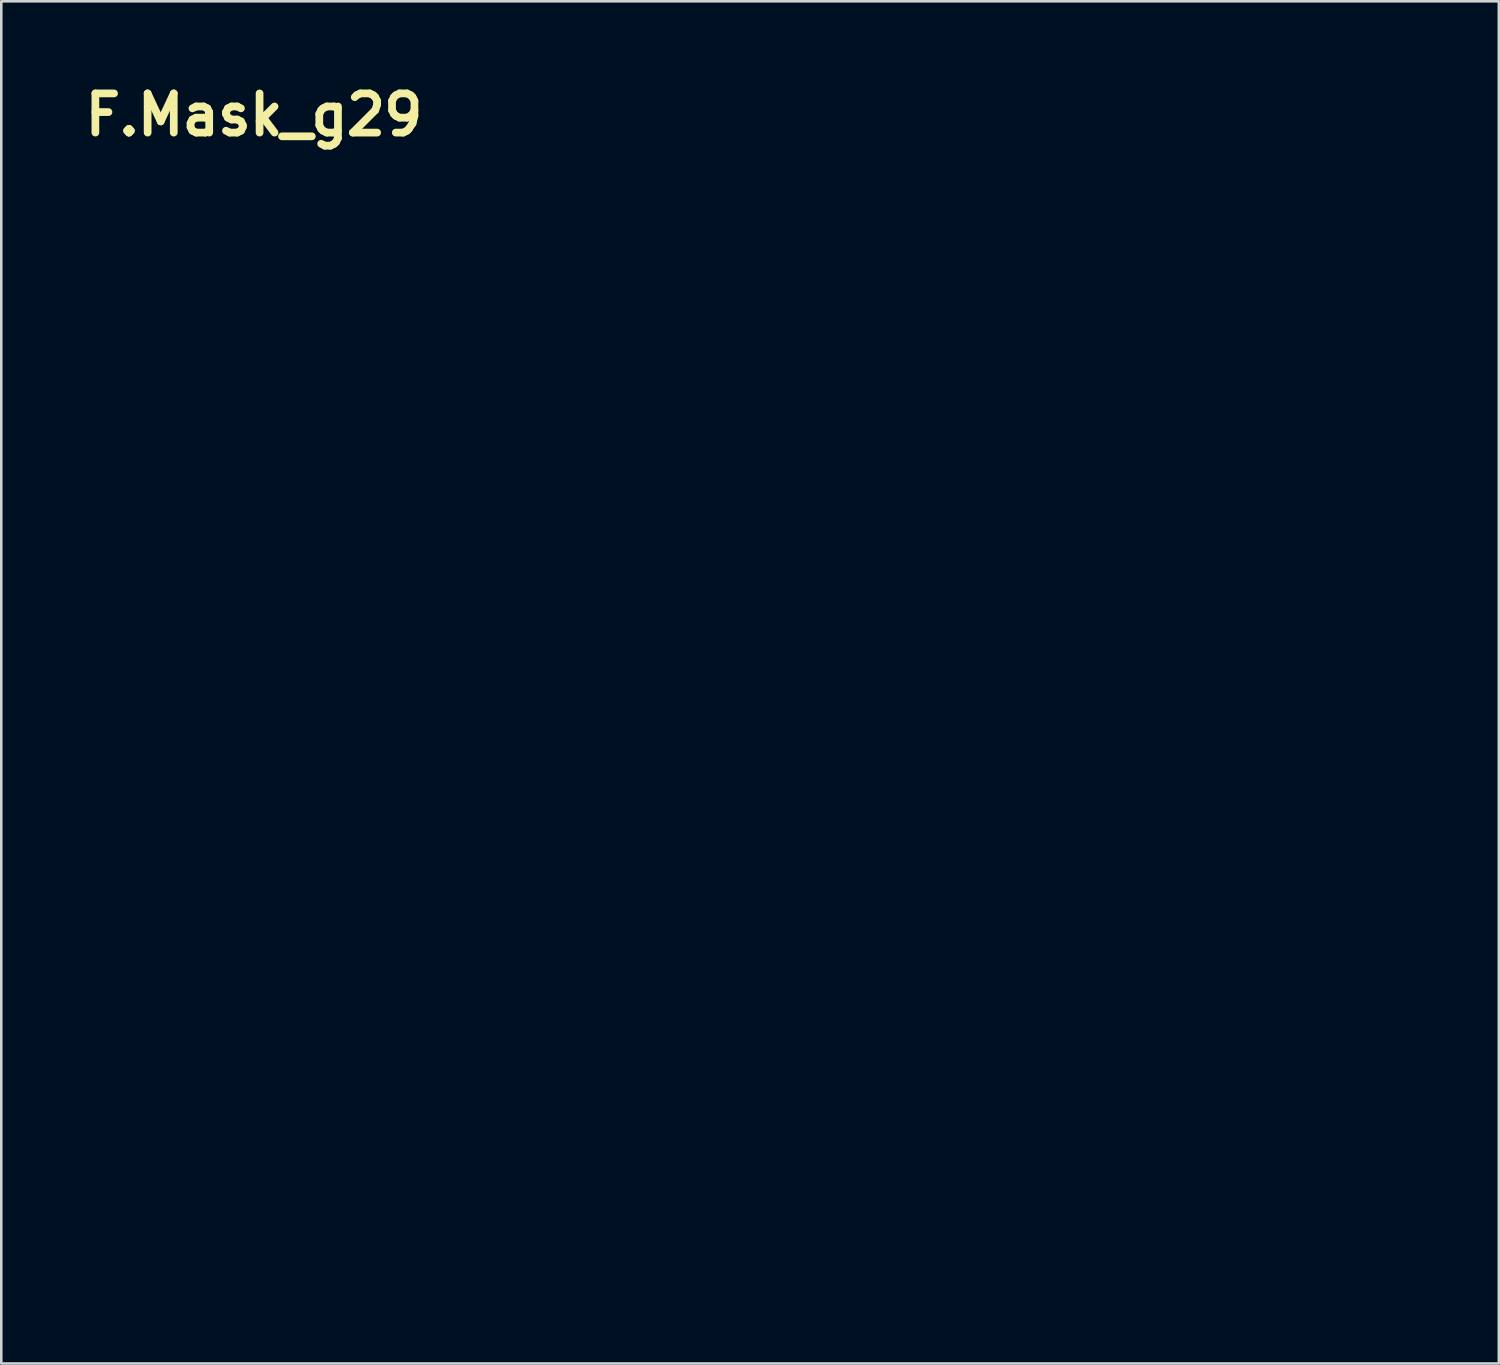
<source format=kicad_pcb>
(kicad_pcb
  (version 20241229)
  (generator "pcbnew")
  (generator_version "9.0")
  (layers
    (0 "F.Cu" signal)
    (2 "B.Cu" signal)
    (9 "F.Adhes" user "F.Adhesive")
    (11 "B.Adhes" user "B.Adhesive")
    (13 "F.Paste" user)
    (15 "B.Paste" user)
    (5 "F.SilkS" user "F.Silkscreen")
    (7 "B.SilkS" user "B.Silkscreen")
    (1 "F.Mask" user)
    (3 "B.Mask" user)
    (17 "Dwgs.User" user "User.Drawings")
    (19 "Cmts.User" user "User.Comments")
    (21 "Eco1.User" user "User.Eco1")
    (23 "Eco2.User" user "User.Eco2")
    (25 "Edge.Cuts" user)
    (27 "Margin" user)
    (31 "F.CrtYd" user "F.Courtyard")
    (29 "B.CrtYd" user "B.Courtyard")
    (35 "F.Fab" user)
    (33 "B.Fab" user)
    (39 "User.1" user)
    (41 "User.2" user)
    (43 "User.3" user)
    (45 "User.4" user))
  (footprint "F.Mask_g29"
    (layer "F.Cu")
    (at 6.829 1.418)
    (property "Reference" "F.Mask_g29" (at 0 0 0) (layer "F.SilkS") (effects (font (size 1.524 1.524) (thickness 0.3))))
    (attr through_hole)
    (fp_poly (pts (xy 11.425 17.163) (xy 11.453 17.214) (xy 11.494 17.291) (xy 11.544 17.39) (xy 11.601 17.504) (xy 11.615 17.532) (xy 11.804 17.919) (xy 12.215 17.978) (xy 12.344 17.996) (xy 12.459 18.014) (xy 12.553 18.028) (xy 12.621 18.039) (xy 12.654 18.046) (xy 12.655 18.046) (xy 12.651 18.064) (xy 12.616 18.107) (xy 12.555 18.174) (xy 12.467 18.263) (xy 12.367 18.362) (xy 12.049 18.668) (xy 12.12 19.076) (xy 12.142 19.203) (xy 12.161 19.318) (xy 12.177 19.412) (xy 12.187 19.478) (xy 12.192 19.511) (xy 12.192 19.512) (xy 12.174 19.512) (xy 12.123 19.493) (xy 12.042 19.457) (xy 11.934 19.405) (xy 11.804 19.338) (xy 11.802 19.337) (xy 11.412 19.135) (xy 11.029 19.336) (xy 10.913 19.396) (xy 10.81 19.45) (xy 10.726 19.493) (xy 10.666 19.523) (xy 10.636 19.536) (xy 10.634 19.537) (xy 10.629 19.519) (xy 10.635 19.479) (xy 10.642 19.439) (xy 10.655 19.366) (xy 10.673 19.267) (xy 10.693 19.151) (xy 10.71 19.05) (xy 10.774 18.68) (xy 10.463 18.368) (xy 10.37 18.275) (xy 10.29 18.192) (xy 10.225 18.124) (xy 10.181 18.075) (xy 10.161 18.051) (xy 10.161 18.049) (xy 10.184 18.043) (xy 10.242 18.033) (xy 10.33 18.02) (xy 10.44 18.004) (xy 10.567 17.986) (xy 10.598 17.981) (xy 11.024 17.922) (xy 11.211 17.534) (xy 11.268 17.416) (xy 11.32 17.313) (xy 11.363 17.23) (xy 11.394 17.173) (xy 11.41 17.146) (xy 11.412 17.145) (xy 11.425 17.163)) (stroke (width 0.01) (type solid)) (fill yes) (layer "F.Mask"))
    (fp_poly (pts (xy 10.105 20.339) (xy 10.134 20.39) (xy 10.174 20.467) (xy 10.224 20.566) (xy 10.281 20.681) (xy 10.294 20.709) (xy 10.481 21.098) (xy 10.913 21.158) (xy 11.043 21.176) (xy 11.157 21.194) (xy 11.249 21.209) (xy 11.314 21.222) (xy 11.344 21.23) (xy 11.345 21.231) (xy 11.331 21.25) (xy 11.291 21.293) (xy 11.229 21.356) (xy 11.15 21.435) (xy 11.059 21.525) (xy 11.037 21.547) (xy 10.728 21.85) (xy 10.802 22.276) (xy 10.823 22.404) (xy 10.842 22.518) (xy 10.857 22.61) (xy 10.866 22.675) (xy 10.869 22.706) (xy 10.869 22.708) (xy 10.849 22.701) (xy 10.798 22.676) (xy 10.72 22.638) (xy 10.622 22.587) (xy 10.509 22.529) (xy 10.478 22.512) (xy 10.093 22.309) (xy 9.703 22.512) (xy 9.57 22.581) (xy 9.469 22.631) (xy 9.397 22.664) (xy 9.35 22.682) (xy 9.324 22.687) (xy 9.314 22.68) (xy 9.314 22.676) (xy 9.318 22.644) (xy 9.328 22.577) (xy 9.343 22.483) (xy 9.362 22.369) (xy 9.384 22.243) (xy 9.384 22.239) (xy 9.454 21.841) (xy 9.139 21.537) (xy 9.046 21.446) (xy 8.965 21.365) (xy 8.901 21.298) (xy 8.859 21.25) (xy 8.841 21.226) (xy 8.841 21.224) (xy 8.867 21.218) (xy 8.927 21.208) (xy 9.017 21.193) (xy 9.128 21.177) (xy 9.255 21.158) (xy 9.28 21.155) (xy 9.701 21.095) (xy 9.889 20.708) (xy 9.946 20.591) (xy 9.998 20.488) (xy 10.041 20.405) (xy 10.073 20.348) (xy 10.09 20.321) (xy 10.092 20.32) (xy 10.105 20.339)) (stroke (width 0.01) (type solid)) (fill yes) (layer "F.Mask"))
    (fp_poly (pts (xy 40.977 20.959) (xy 41.042 21.092) (xy 41.092 21.191) (xy 41.129 21.263) (xy 41.158 21.311) (xy 41.182 21.34) (xy 41.203 21.356) (xy 41.225 21.365) (xy 41.238 21.367) (xy 41.282 21.374) (xy 41.359 21.386) (xy 41.46 21.401) (xy 41.578 21.419) (xy 41.665 21.432) (xy 41.783 21.45) (xy 41.886 21.466) (xy 41.965 21.479) (xy 42.016 21.488) (xy 42.03 21.492) (xy 42.018 21.508) (xy 41.98 21.549) (xy 41.92 21.611) (xy 41.843 21.689) (xy 41.754 21.779) (xy 41.727 21.806) (xy 41.417 22.113) (xy 41.491 22.54) (xy 41.512 22.668) (xy 41.529 22.78) (xy 41.541 22.872) (xy 41.547 22.935) (xy 41.546 22.964) (xy 41.545 22.966) (xy 41.521 22.956) (xy 41.466 22.93) (xy 41.386 22.89) (xy 41.287 22.839) (xy 41.174 22.781) (xy 41.163 22.775) (xy 41.05 22.716) (xy 40.949 22.665) (xy 40.866 22.624) (xy 40.808 22.596) (xy 40.781 22.585) (xy 40.78 22.585) (xy 40.756 22.594) (xy 40.701 22.62) (xy 40.62 22.66) (xy 40.52 22.711) (xy 40.407 22.769) (xy 40.395 22.775) (xy 40.282 22.834) (xy 40.182 22.886) (xy 40.1 22.927) (xy 40.044 22.954) (xy 40.018 22.966) (xy 40.018 22.966) (xy 40.006 22.949) (xy 40.005 22.939) (xy 40.008 22.911) (xy 40.017 22.848) (xy 40.032 22.757) (xy 40.05 22.645) (xy 40.071 22.52) (xy 40.072 22.515) (xy 40.14 22.117) (xy 39.824 21.801) (xy 39.731 21.707) (xy 39.651 21.625) (xy 39.586 21.557) (xy 39.542 21.51) (xy 39.522 21.486) (xy 39.521 21.484) (xy 39.548 21.481) (xy 39.609 21.473) (xy 39.696 21.461) (xy 39.8 21.447) (xy 39.913 21.431) (xy 40.028 21.414) (xy 40.135 21.398) (xy 40.228 21.385) (xy 40.298 21.374) (xy 40.336 21.367) (xy 40.338 21.367) (xy 40.359 21.355) (xy 40.385 21.326) (xy 40.419 21.274) (xy 40.463 21.196) (xy 40.52 21.088) (xy 40.585 20.96) (xy 40.785 20.563) (xy 40.977 20.959)) (stroke (width 0.01) (type solid)) (fill yes) (layer "F.Mask"))
    (fp_poly (pts (xy 39.648 17.769) (xy 39.705 17.886) (xy 39.756 17.991) (xy 39.797 18.076) (xy 39.826 18.136) (xy 39.84 18.166) (xy 39.841 18.168) (xy 39.863 18.176) (xy 39.92 18.188) (xy 40.007 18.204) (xy 40.117 18.222) (xy 40.244 18.242) (xy 40.279 18.247) (xy 40.409 18.266) (xy 40.524 18.284) (xy 40.618 18.299) (xy 40.684 18.31) (xy 40.717 18.316) (xy 40.719 18.317) (xy 40.706 18.333) (xy 40.668 18.375) (xy 40.607 18.436) (xy 40.529 18.513) (xy 40.438 18.602) (xy 40.409 18.63) (xy 40.092 18.935) (xy 40.164 19.347) (xy 40.19 19.494) (xy 40.209 19.604) (xy 40.223 19.683) (xy 40.231 19.736) (xy 40.234 19.768) (xy 40.234 19.785) (xy 40.23 19.79) (xy 40.224 19.791) (xy 40.221 19.791) (xy 40.198 19.781) (xy 40.144 19.755) (xy 40.064 19.715) (xy 39.965 19.664) (xy 39.853 19.606) (xy 39.843 19.6) (xy 39.729 19.541) (xy 39.628 19.49) (xy 39.545 19.448) (xy 39.486 19.421) (xy 39.458 19.41) (xy 39.458 19.41) (xy 39.432 19.419) (xy 39.376 19.446) (xy 39.295 19.486) (xy 39.195 19.536) (xy 39.082 19.595) (xy 39.071 19.6) (xy 38.935 19.671) (xy 38.832 19.724) (xy 38.758 19.76) (xy 38.71 19.782) (xy 38.682 19.79) (xy 38.672 19.788) (xy 38.672 19.786) (xy 38.675 19.764) (xy 38.685 19.707) (xy 38.7 19.621) (xy 38.719 19.513) (xy 38.741 19.387) (xy 38.747 19.357) (xy 38.821 18.934) (xy 38.508 18.634) (xy 38.415 18.543) (xy 38.334 18.462) (xy 38.27 18.395) (xy 38.227 18.347) (xy 38.209 18.322) (xy 38.209 18.32) (xy 38.234 18.313) (xy 38.293 18.301) (xy 38.382 18.285) (xy 38.492 18.268) (xy 38.619 18.249) (xy 38.64 18.246) (xy 38.767 18.227) (xy 38.88 18.21) (xy 38.97 18.196) (xy 39.033 18.185) (xy 39.062 18.179) (xy 39.063 18.179) (xy 39.074 18.158) (xy 39.101 18.106) (xy 39.141 18.027) (xy 39.191 17.928) (xy 39.249 17.813) (xy 39.265 17.78) (xy 39.462 17.388) (xy 39.648 17.769)) (stroke (width 0.01) (type solid)) (fill yes) (layer "F.Mask"))
    (fp_poly (pts (xy 26.102 5.626) (xy 27.005 5.678) (xy 27.527 5.727) (xy 28.44 5.847) (xy 29.342 6.006) (xy 30.233 6.206) (xy 31.11 6.445) (xy 31.973 6.722) (xy 32.821 7.038) (xy 33.652 7.39) (xy 34.466 7.78) (xy 35.261 8.205) (xy 36.035 8.666) (xy 36.789 9.162) (xy 37.52 9.692) (xy 38.227 10.255) (xy 38.91 10.851) (xy 39.566 11.479) (xy 40.196 12.139) (xy 40.797 12.83) (xy 40.875 12.924) (xy 41.441 13.647) (xy 41.972 14.394) (xy 42.468 15.163) (xy 42.928 15.954) (xy 43.352 16.766) (xy 43.738 17.596) (xy 44.086 18.444) (xy 44.396 19.307) (xy 44.567 19.85) (xy 44.812 20.736) (xy 45.016 21.628) (xy 45.177 22.527) (xy 45.298 23.431) (xy 45.377 24.337) (xy 45.414 25.246) (xy 45.41 26.155) (xy 45.364 27.064) (xy 45.277 27.97) (xy 45.148 28.874) (xy 44.977 29.772) (xy 44.765 30.665) (xy 44.704 30.893) (xy 44.442 31.769) (xy 44.141 32.629) (xy 43.803 33.47) (xy 43.428 34.293) (xy 43.018 35.096) (xy 42.572 35.878) (xy 42.093 36.638) (xy 41.58 37.374) (xy 41.036 38.087) (xy 40.46 38.774) (xy 39.853 39.434) (xy 39.218 40.068) (xy 38.553 40.672) (xy 37.861 41.248) (xy 37.143 41.792) (xy 36.398 42.305) (xy 35.628 42.785) (xy 34.834 43.232) (xy 34.017 43.643) (xy 34.004 43.649) (xy 33.178 44.019) (xy 32.342 44.349) (xy 31.494 44.64) (xy 30.634 44.892) (xy 29.758 45.105) (xy 28.867 45.281) (xy 27.958 45.418) (xy 27.03 45.519) (xy 26.892 45.53) (xy 26.795 45.537) (xy 26.661 45.542) (xy 26.497 45.547) (xy 26.308 45.551) (xy 26.099 45.555) (xy 25.877 45.558) (xy 25.648 45.56) (xy 25.418 45.562) (xy 25.191 45.562) (xy 24.975 45.562) (xy 24.774 45.561) (xy 24.595 45.559) (xy 24.443 45.556) (xy 24.324 45.552) (xy 24.278 45.549) (xy 23.381 45.473) (xy 22.506 45.363) (xy 21.648 45.218) (xy 20.803 45.036) (xy 19.967 44.817) (xy 19.135 44.56) (xy 18.362 44.286) (xy 17.546 43.958) (xy 16.741 43.589) (xy 15.948 43.184) (xy 15.173 42.742) (xy 14.417 42.267) (xy 13.684 41.759) (xy 12.977 41.222) (xy 12.298 40.657) (xy 11.847 40.25) (xy 11.724 40.132) (xy 11.581 39.994) (xy 11.425 39.84) (xy 11.263 39.678) (xy 11.101 39.513) (xy 10.944 39.352) (xy 10.799 39.202) (xy 10.673 39.068) (xy 10.572 38.957) (xy 9.974 38.259) (xy 9.41 37.536) (xy 8.881 36.791) (xy 8.388 36.024) (xy 7.931 35.236) (xy 7.511 34.43) (xy 7.128 33.606) (xy 6.783 32.765) (xy 6.476 31.909) (xy 6.208 31.04) (xy 5.98 30.157) (xy 5.792 29.263) (xy 5.652 28.406) (xy 5.612 28.116) (xy 5.579 27.85) (xy 5.55 27.599) (xy 5.527 27.358) (xy 5.509 27.119) (xy 5.495 26.875) (xy 5.485 26.619) (xy 5.478 26.344) (xy 5.473 26.043) (xy 5.472 25.709) (xy 5.472 25.652) (xy 6.008 25.652) (xy 6.019 26.288) (xy 6.05 26.918) (xy 6.087 27.4) (xy 6.188 28.28) (xy 6.331 29.156) (xy 6.514 30.027) (xy 6.738 30.889) (xy 7.001 31.741) (xy 7.304 32.582) (xy 7.645 33.409) (xy 8.023 34.219) (xy 8.438 35.012) (xy 8.778 35.6) (xy 9.233 36.323) (xy 9.714 37.017) (xy 10.223 37.686) (xy 10.763 38.334) (xy 11.338 38.965) (xy 11.951 39.583) (xy 12.007 39.637) (xy 12.665 40.24) (xy 13.349 40.811) (xy 14.058 41.349) (xy 14.789 41.852) (xy 15.543 42.321) (xy 16.316 42.755) (xy 17.109 43.153) (xy 17.918 43.515) (xy 18.742 43.839) (xy 19.581 44.126) (xy 20.432 44.374) (xy 21.295 44.583) (xy 22.166 44.753) (xy 23.046 44.883) (xy 23.932 44.971) (xy 24.823 45.018) (xy 24.871 45.02) (xy 25.027 45.023) (xy 25.176 45.026) (xy 25.312 45.028) (xy 25.426 45.029) (xy 25.51 45.029) (xy 25.548 45.028) (xy 25.611 45.026) (xy 25.708 45.023) (xy 25.83 45.019) (xy 25.967 45.016) (xy 26.111 45.012) (xy 26.141 45.012) (xy 26.73 44.986) (xy 27.343 44.936) (xy 27.968 44.865) (xy 28.595 44.772) (xy 28.628 44.766) (xy 29.518 44.596) (xy 30.395 44.385) (xy 31.259 44.135) (xy 32.107 43.847) (xy 32.94 43.521) (xy 33.755 43.157) (xy 34.551 42.757) (xy 35.328 42.322) (xy 36.084 41.851) (xy 36.818 41.345) (xy 37.529 40.806) (xy 38.215 40.235) (xy 38.875 39.63) (xy 39.509 38.995) (xy 40.115 38.328) (xy 40.692 37.631) (xy 40.797 37.497) (xy 41.329 36.777) (xy 41.828 36.031) (xy 42.292 35.261) (xy 42.722 34.47) (xy 43.115 33.659) (xy 43.47 32.831) (xy 43.653 32.359) (xy 43.947 31.509) (xy 44.2 30.647) (xy 44.413 29.774) (xy 44.586 28.893) (xy 44.718 28.005) (xy 44.808 27.112) (xy 44.858 26.215) (xy 44.866 25.316) (xy 44.832 24.417) (xy 44.756 23.519) (xy 44.724 23.241) (xy 44.594 22.351) (xy 44.423 21.467) (xy 44.211 20.593) (xy 43.96 19.731) (xy 43.669 18.881) (xy 43.34 18.046) (xy 42.973 17.228) (xy 42.568 16.429) (xy 42.304 15.953) (xy 41.836 15.178) (xy 41.335 14.43) (xy 40.803 13.708) (xy 40.241 13.015) (xy 39.65 12.351) (xy 39.031 11.716) (xy 38.385 11.111) (xy 37.714 10.538) (xy 37.018 9.996) (xy 36.299 9.486) (xy 35.557 9.01) (xy 34.795 8.568) (xy 34.013 8.16) (xy 33.211 7.789) (xy 32.392 7.453) (xy 31.557 7.154) (xy 30.706 6.893) (xy 29.841 6.671) (xy 28.962 6.488) (xy 28.072 6.345) (xy 27.792 6.308) (xy 26.891 6.219) (xy 25.992 6.172) (xy 25.093 6.168) (xy 24.196 6.205) (xy 23.299 6.285) (xy 22.402 6.408) (xy 22.236 6.435) (xy 21.342 6.607) (xy 20.462 6.819) (xy 19.596 7.07) (xy 18.745 7.36) (xy 17.91 7.689) (xy 17.092 8.055) (xy 16.293 8.459) (xy 15.513 8.899) (xy 14.754 9.375) (xy 14.016 9.887) (xy 13.302 10.434) (xy 12.611 11.015) (xy 11.945 11.629) (xy 11.588 11.983) (xy 10.965 12.647) (xy 10.377 13.335) (xy 9.823 14.047) (xy 9.304 14.781) (xy 8.821 15.536) (xy 8.374 16.311) (xy 7.964 17.106) (xy 7.592 17.918) (xy 7.257 18.748) (xy 6.96 19.593) (xy 6.702 20.453) (xy 6.483 21.327) (xy 6.304 22.214) (xy 6.166 23.112) (xy 6.086 23.812) (xy 6.041 24.403) (xy 6.015 25.019) (xy 6.008 25.652) (xy 5.472 25.652) (xy 5.472 25.59) (xy 5.472 25.31) (xy 5.473 25.065) (xy 5.475 24.85) (xy 5.479 24.658) (xy 5.485 24.482) (xy 5.493 24.317) (xy 5.503 24.155) (xy 5.516 23.99) (xy 5.532 23.816) (xy 5.551 23.626) (xy 5.574 23.415) (xy 5.578 23.379) (xy 5.701 22.468) (xy 5.864 21.569) (xy 6.067 20.682) (xy 6.309 19.809) (xy 6.59 18.949) (xy 6.908 18.106) (xy 7.264 17.279) (xy 7.657 16.469) (xy 8.086 15.679) (xy 8.55 14.909) (xy 9.048 14.159) (xy 9.581 13.432) (xy 10.148 12.729) (xy 10.747 12.05) (xy 11.378 11.396) (xy 12.041 10.769) (xy 12.735 10.171) (xy 13.451 9.606) (xy 14.189 9.078) (xy 14.948 8.586) (xy 15.728 8.129) (xy 16.526 7.71) (xy 17.341 7.327) (xy 18.172 6.982) (xy 19.017 6.674) (xy 19.875 6.405) (xy 20.743 6.174) (xy 21.622 5.983) (xy 22.508 5.831) (xy 23.401 5.719) (xy 24.298 5.647) (xy 25.199 5.616) (xy 26.102 5.626)) (stroke (width 0.01) (type solid)) (fill yes) (layer "F.Mask"))
    (fp_poly (pts (xy 25.46 14.083) (xy 25.507 14.103) (xy 25.579 14.138) (xy 25.674 14.187) (xy 25.796 14.251) (xy 25.944 14.331) (xy 26.119 14.427) (xy 26.323 14.54) (xy 26.556 14.67) (xy 26.818 14.817) (xy 27.111 14.982) (xy 27.436 15.166) (xy 27.794 15.369) (xy 28.185 15.591) (xy 28.61 15.833) (xy 29.07 16.095) (xy 29.464 16.32) (xy 30.068 16.666) (xy 30.642 16.995) (xy 31.186 17.307) (xy 31.699 17.602) (xy 32.182 17.88) (xy 32.633 18.141) (xy 33.053 18.385) (xy 33.44 18.61) (xy 33.795 18.817) (xy 34.117 19.006) (xy 34.405 19.177) (xy 34.66 19.328) (xy 34.88 19.46) (xy 35.065 19.573) (xy 35.216 19.667) (xy 35.33 19.741) (xy 35.409 19.794) (xy 35.452 19.827) (xy 35.458 19.834) (xy 35.484 19.885) (xy 35.508 19.958) (xy 35.518 20.003) (xy 35.526 20.068) (xy 35.534 20.165) (xy 35.541 20.296) (xy 35.547 20.46) (xy 35.553 20.658) (xy 35.558 20.891) (xy 35.562 21.16) (xy 35.566 21.465) (xy 35.57 21.807) (xy 35.572 22.185) (xy 35.574 22.602) (xy 35.576 23.057) (xy 35.577 23.551) (xy 35.577 24.085) (xy 35.577 24.659) (xy 35.576 25.273) (xy 35.575 25.929) (xy 35.574 26.321) (xy 35.572 26.884) (xy 35.57 27.406) (xy 35.568 27.889) (xy 35.567 28.334) (xy 35.564 28.742) (xy 35.562 29.115) (xy 35.56 29.455) (xy 35.557 29.762) (xy 35.554 30.039) (xy 35.551 30.286) (xy 35.547 30.505) (xy 35.544 30.698) (xy 35.54 30.866) (xy 35.535 31.01) (xy 35.531 31.132) (xy 35.526 31.234) (xy 35.52 31.316) (xy 35.514 31.381) (xy 35.508 31.429) (xy 35.501 31.463) (xy 35.501 31.464) (xy 35.488 31.493) (xy 35.461 31.524) (xy 35.416 31.562) (xy 35.347 31.61) (xy 35.249 31.674) (xy 35.199 31.705) (xy 35.073 31.783) (xy 34.927 31.872) (xy 34.758 31.974) (xy 34.567 32.088) (xy 34.351 32.216) (xy 34.11 32.359) (xy 33.844 32.515) (xy 33.55 32.687) (xy 33.229 32.875) (xy 32.879 33.079) (xy 32.499 33.3) (xy 32.088 33.538) (xy 31.646 33.795) (xy 31.171 34.07) (xy 30.662 34.364) (xy 30.119 34.677) (xy 29.54 35.011) (xy 29.358 35.116) (xy 28.954 35.349) (xy 28.585 35.562) (xy 28.248 35.755) (xy 27.944 35.931) (xy 27.668 36.089) (xy 27.421 36.231) (xy 27.2 36.357) (xy 27.003 36.469) (xy 26.828 36.568) (xy 26.674 36.654) (xy 26.54 36.729) (xy 26.422 36.794) (xy 26.32 36.849) (xy 26.232 36.895) (xy 26.155 36.934) (xy 26.089 36.967) (xy 26.031 36.994) (xy 25.98 37.016) (xy 25.933 37.034) (xy 25.89 37.05) (xy 25.848 37.065) (xy 25.805 37.078) (xy 25.787 37.084) (xy 25.671 37.114) (xy 25.579 37.124) (xy 25.502 37.113) (xy 25.442 37.089) (xy 25.405 37.067) (xy 25.375 37.036) (xy 25.346 36.987) (xy 25.312 36.912) (xy 25.29 36.856) (xy 25.251 36.755) (xy 25.201 36.621) (xy 25.141 36.459) (xy 25.074 36.272) (xy 25.001 36.067) (xy 24.923 35.848) (xy 24.843 35.619) (xy 24.761 35.385) (xy 24.68 35.152) (xy 24.602 34.923) (xy 24.527 34.704) (xy 24.458 34.5) (xy 24.396 34.314) (xy 24.342 34.153) (xy 24.3 34.02) (xy 24.269 33.92) (xy 24.262 33.895) (xy 24.242 33.822) (xy 24.233 33.77) (xy 24.242 33.731) (xy 24.272 33.699) (xy 24.328 33.665) (xy 24.416 33.622) (xy 24.453 33.604) (xy 24.559 33.547) (xy 24.628 33.49) (xy 24.667 33.428) (xy 24.68 33.355) (xy 24.68 33.346) (xy 24.692 33.3) (xy 24.731 33.246) (xy 24.786 33.191) (xy 24.85 33.125) (xy 24.886 33.07) (xy 24.892 33.047) (xy 24.912 32.995) (xy 24.97 32.955) (xy 25.061 32.929) (xy 25.082 32.926) (xy 25.127 32.922) (xy 25.208 32.918) (xy 25.319 32.913) (xy 25.454 32.907) (xy 25.608 32.901) (xy 25.774 32.895) (xy 25.855 32.893) (xy 26.031 32.887) (xy 26.214 32.879) (xy 26.397 32.869) (xy 26.577 32.859) (xy 26.746 32.848) (xy 26.899 32.837) (xy 27.03 32.826) (xy 27.134 32.816) (xy 27.204 32.807) (xy 27.226 32.802) (xy 27.215 32.789) (xy 27.175 32.756) (xy 27.109 32.707) (xy 27.025 32.646) (xy 26.941 32.587) (xy 26.676 32.402) (xy 26.426 32.226) (xy 26.191 32.06) (xy 25.975 31.905) (xy 25.778 31.763) (xy 25.605 31.636) (xy 25.456 31.525) (xy 25.333 31.432) (xy 25.241 31.359) (xy 25.179 31.306) (xy 25.158 31.286) (xy 25.131 31.252) (xy 25.134 31.227) (xy 25.158 31.199) (xy 25.205 31.161) (xy 25.281 31.116) (xy 25.373 31.069) (xy 25.47 31.026) (xy 25.559 30.992) (xy 25.63 30.974) (xy 25.638 30.973) (xy 25.679 30.97) (xy 25.721 30.973) (xy 25.768 30.984) (xy 25.825 31.005) (xy 25.898 31.038) (xy 25.991 31.085) (xy 26.11 31.149) (xy 26.26 31.231) (xy 26.301 31.254) (xy 26.548 31.385) (xy 26.798 31.508) (xy 27.039 31.616) (xy 27.261 31.705) (xy 27.326 31.729) (xy 27.464 31.777) (xy 27.771 31.623) (xy 27.944 31.535) (xy 28.082 31.457) (xy 28.19 31.384) (xy 28.271 31.311) (xy 28.33 31.233) (xy 28.37 31.142) (xy 28.397 31.034) (xy 28.414 30.904) (xy 28.425 30.744) (xy 28.425 30.733) (xy 28.434 30.597) (xy 28.447 30.497) (xy 28.465 30.426) (xy 28.493 30.377) (xy 28.532 30.343) (xy 28.587 30.318) (xy 28.611 30.309) (xy 28.666 30.282) (xy 28.7 30.238) (xy 28.713 30.172) (xy 28.71 30.077) (xy 28.703 30.022) (xy 28.692 29.913) (xy 28.698 29.836) (xy 28.723 29.781) (xy 28.77 29.739) (xy 28.803 29.721) (xy 28.861 29.68) (xy 28.905 29.631) (xy 28.911 29.619) (xy 28.929 29.561) (xy 28.945 29.471) (xy 28.959 29.358) (xy 28.97 29.233) (xy 28.976 29.105) (xy 28.977 29.041) (xy 28.98 28.96) (xy 28.986 28.893) (xy 28.995 28.855) (xy 28.996 28.852) (xy 29.013 28.839) (xy 29.048 28.832) (xy 29.108 28.831) (xy 29.2 28.835) (xy 29.234 28.837) (xy 29.367 28.843) (xy 29.475 28.837) (xy 29.568 28.817) (xy 29.658 28.778) (xy 29.754 28.718) (xy 29.867 28.631) (xy 29.888 28.615) (xy 29.967 28.551) (xy 30.033 28.497) (xy 30.079 28.459) (xy 30.099 28.441) (xy 30.099 28.441) (xy 30.093 28.421) (xy 30.074 28.364) (xy 30.045 28.276) (xy 30.007 28.16) (xy 29.96 28.021) (xy 29.908 27.863) (xy 29.85 27.689) (xy 29.817 27.59) (xy 29.536 26.744) (xy 29.627 26.458) (xy 29.672 26.311) (xy 29.709 26.178) (xy 29.742 26.043) (xy 29.774 25.891) (xy 29.794 25.787) (xy 29.818 25.74) (xy 29.842 25.719) (xy 29.875 25.716) (xy 29.946 25.719) (xy 30.053 25.727) (xy 30.193 25.741) (xy 30.363 25.76) (xy 30.56 25.784) (xy 30.781 25.812) (xy 31.023 25.844) (xy 31.283 25.88) (xy 31.558 25.919) (xy 31.784 25.952) (xy 31.942 25.975) (xy 32.089 25.997) (xy 32.221 26.016) (xy 32.33 26.032) (xy 32.41 26.044) (xy 32.455 26.05) (xy 32.457 26.051) (xy 32.54 26.063) (xy 32.528 25.989) (xy 32.492 25.869) (xy 32.43 25.753) (xy 32.351 25.659) (xy 32.335 25.645) (xy 32.281 25.605) (xy 32.22 25.565) (xy 32.148 25.525) (xy 32.061 25.482) (xy 31.955 25.435) (xy 31.827 25.383) (xy 31.673 25.324) (xy 31.49 25.256) (xy 31.272 25.177) (xy 31.062 25.103) (xy 30.84 25.022) (xy 30.641 24.946) (xy 30.468 24.875) (xy 30.325 24.811) (xy 30.215 24.755) (xy 30.14 24.708) (xy 30.111 24.683) (xy 30.1 24.668) (xy 30.089 24.643) (xy 30.076 24.609) (xy 30.063 24.561) (xy 30.047 24.498) (xy 30.03 24.417) (xy 30.009 24.315) (xy 29.986 24.192) (xy 29.958 24.043) (xy 29.927 23.867) (xy 29.892 23.662) (xy 29.851 23.424) (xy 29.805 23.153) (xy 29.753 22.844) (xy 29.695 22.497) (xy 29.686 22.443) (xy 29.627 22.088) (xy 29.574 21.773) (xy 29.526 21.494) (xy 29.483 21.249) (xy 29.445 21.035) (xy 29.411 20.85) (xy 29.38 20.691) (xy 29.352 20.555) (xy 29.327 20.44) (xy 29.303 20.342) (xy 29.281 20.26) (xy 29.26 20.191) (xy 29.24 20.132) (xy 29.195 20.03) (xy 29.138 19.917) (xy 29.071 19.801) (xy 28.999 19.689) (xy 28.928 19.586) (xy 28.86 19.5) (xy 28.802 19.437) (xy 28.756 19.404) (xy 28.747 19.401) (xy 28.673 19.389) (xy 28.559 19.377) (xy 28.405 19.364) (xy 28.214 19.351) (xy 27.988 19.337) (xy 27.727 19.323) (xy 27.576 19.315) (xy 27.299 19.301) (xy 27.06 19.287) (xy 26.857 19.274) (xy 26.685 19.26) (xy 26.54 19.247) (xy 26.42 19.233) (xy 26.321 19.218) (xy 26.209 19.195) (xy 26.064 19.158) (xy 25.885 19.106) (xy 25.671 19.04) (xy 25.42 18.958) (xy 25.132 18.861) (xy 25.1 18.851) (xy 24.522 18.653) (xy 23.812 18.691) (xy 23.533 18.707) (xy 23.292 18.722) (xy 23.088 18.737) (xy 22.915 18.752) (xy 22.771 18.768) (xy 22.653 18.786) (xy 22.557 18.806) (xy 22.48 18.828) (xy 22.418 18.853) (xy 22.369 18.882) (xy 22.328 18.915) (xy 22.315 18.928) (xy 22.281 18.969) (xy 22.245 19.024) (xy 22.204 19.097) (xy 22.16 19.19) (xy 22.109 19.304) (xy 22.053 19.441) (xy 21.99 19.605) (xy 21.919 19.797) (xy 21.839 20.019) (xy 21.75 20.274) (xy 21.65 20.564) (xy 21.539 20.89) (xy 21.474 21.082) (xy 21.358 21.426) (xy 21.253 21.732) (xy 21.16 22.002) (xy 21.077 22.238) (xy 21.004 22.443) (xy 20.939 22.619) (xy 20.883 22.767) (xy 20.833 22.89) (xy 20.789 22.99) (xy 20.75 23.07) (xy 20.716 23.132) (xy 20.685 23.177) (xy 20.657 23.208) (xy 20.647 23.217) (xy 20.617 23.236) (xy 20.574 23.254) (xy 20.514 23.274) (xy 20.434 23.294) (xy 20.328 23.317) (xy 20.193 23.342) (xy 20.025 23.372) (xy 19.819 23.408) (xy 19.791 23.412) (xy 19.549 23.454) (xy 19.345 23.492) (xy 19.176 23.529) (xy 19.04 23.565) (xy 18.932 23.601) (xy 18.849 23.641) (xy 18.788 23.684) (xy 18.745 23.732) (xy 18.717 23.788) (xy 18.701 23.852) (xy 18.695 23.897) (xy 18.694 23.995) (xy 18.717 24.063) (xy 18.768 24.109) (xy 18.847 24.14) (xy 18.891 24.15) (xy 18.971 24.164) (xy 19.082 24.183) (xy 19.22 24.205) (xy 19.377 24.23) (xy 19.551 24.257) (xy 19.734 24.285) (xy 19.922 24.313) (xy 20.109 24.341) (xy 20.291 24.367) (xy 20.461 24.39) (xy 20.574 24.406) (xy 20.656 24.418) (xy 20.721 24.428) (xy 20.758 24.436) (xy 20.762 24.438) (xy 20.766 24.461) (xy 20.77 24.52) (xy 20.775 24.609) (xy 20.78 24.721) (xy 20.785 24.852) (xy 20.788 24.918) (xy 20.796 25.136) (xy 20.806 25.321) (xy 20.819 25.482) (xy 20.835 25.63) (xy 20.856 25.773) (xy 20.882 25.92) (xy 20.916 26.082) (xy 20.924 26.12) (xy 20.958 26.281) (xy 20.984 26.408) (xy 21.001 26.507) (xy 21.01 26.584) (xy 21.012 26.646) (xy 21.008 26.7) (xy 20.997 26.752) (xy 20.987 26.789) (xy 20.949 26.899) (xy 20.896 27.017) (xy 20.834 27.135) (xy 20.767 27.246) (xy 20.701 27.342) (xy 20.639 27.415) (xy 20.587 27.456) (xy 20.584 27.457) (xy 20.556 27.465) (xy 20.521 27.464) (xy 20.477 27.452) (xy 20.419 27.427) (xy 20.344 27.387) (xy 20.249 27.331) (xy 20.13 27.256) (xy 19.984 27.161) (xy 19.806 27.043) (xy 19.791 27.033) (xy 19.592 26.901) (xy 19.424 26.793) (xy 19.287 26.707) (xy 19.178 26.642) (xy 19.095 26.598) (xy 19.036 26.572) (xy 19 26.564) (xy 18.989 26.567) (xy 18.978 26.578) (xy 18.967 26.601) (xy 18.955 26.639) (xy 18.941 26.695) (xy 18.924 26.774) (xy 18.904 26.878) (xy 18.879 27.011) (xy 18.85 27.176) (xy 18.815 27.377) (xy 18.788 27.538) (xy 18.658 28.292) (xy 17.833 29.086) (xy 17.535 29.372) (xy 17.266 29.629) (xy 17.023 29.859) (xy 16.807 30.064) (xy 16.614 30.243) (xy 16.445 30.399) (xy 16.296 30.533) (xy 16.167 30.647) (xy 16.057 30.74) (xy 15.963 30.816) (xy 15.885 30.875) (xy 15.82 30.918) (xy 15.768 30.947) (xy 15.727 30.962) (xy 15.698 30.966) (xy 15.622 30.954) (xy 15.537 30.922) (xy 15.463 30.879) (xy 15.428 30.848) (xy 15.414 30.831) (xy 15.402 30.811) (xy 15.39 30.787) (xy 15.379 30.757) (xy 15.37 30.72) (xy 15.361 30.673) (xy 15.353 30.616) (xy 15.345 30.546) (xy 15.339 30.463) (xy 15.333 30.363) (xy 15.328 30.246) (xy 15.323 30.11) (xy 15.319 29.954) (xy 15.316 29.775) (xy 15.313 29.573) (xy 15.311 29.345) (xy 15.309 29.089) (xy 15.307 28.805) (xy 15.306 28.49) (xy 15.305 28.143) (xy 15.304 27.763) (xy 15.304 27.347) (xy 15.304 26.894) (xy 15.303 26.402) (xy 15.303 25.87) (xy 15.303 25.749) (xy 15.304 25.075) (xy 15.304 24.442) (xy 15.305 23.849) (xy 15.307 23.297) (xy 15.309 22.785) (xy 15.311 22.315) (xy 15.313 21.886) (xy 15.316 21.497) (xy 15.319 21.15) (xy 15.323 20.845) (xy 15.327 20.581) (xy 15.332 20.358) (xy 15.336 20.178) (xy 15.341 20.039) (xy 15.347 19.942) (xy 15.353 19.888) (xy 15.356 19.876) (xy 15.381 19.854) (xy 15.442 19.812) (xy 15.537 19.751) (xy 15.665 19.671) (xy 15.824 19.574) (xy 16.013 19.459) (xy 16.231 19.329) (xy 16.477 19.183) (xy 16.749 19.022) (xy 17.045 18.847) (xy 17.365 18.659) (xy 17.707 18.459) (xy 18.07 18.248) (xy 18.452 18.026) (xy 18.853 17.793) (xy 19.27 17.552) (xy 19.703 17.302) (xy 20.15 17.045) (xy 20.61 16.78) (xy 21.081 16.51) (xy 21.562 16.234) (xy 22.052 15.954) (xy 22.098 15.928) (xy 22.543 15.674) (xy 22.953 15.441) (xy 23.328 15.228) (xy 23.669 15.035) (xy 23.977 14.861) (xy 24.253 14.706) (xy 24.497 14.569) (xy 24.711 14.45) (xy 24.896 14.349) (xy 25.052 14.264) (xy 25.181 14.196) (xy 25.282 14.143) (xy 25.358 14.106) (xy 25.409 14.084) (xy 25.435 14.076) (xy 25.436 14.076) (xy 25.46 14.083)) (stroke (width 0.01) (type solid)) (fill yes) (layer "F.Mask")))
  (gr_rect
    (start -3 -3)
    (end 55.248 49.985)
    (stroke (width 0.1) (type default))
    (fill no)
    (layer "Edge.Cuts")))
</source>
